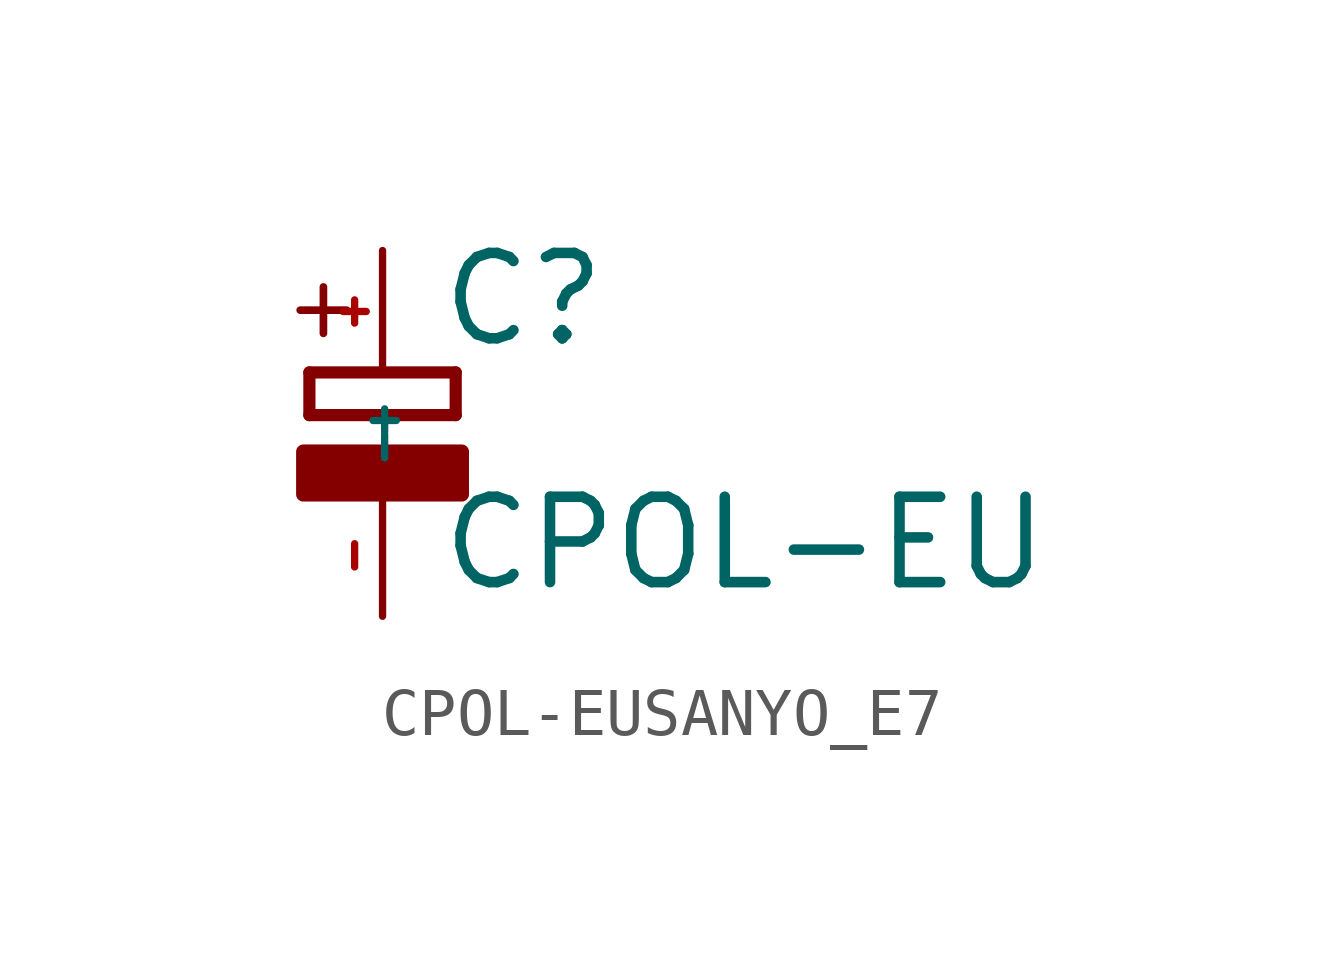
<source format=kicad_sym>
(kicad_symbol_lib
  (version 20220914)
  (generator Eagle2Kicad)
  (symbol "CPOL-EUSANYO_E7"
    (property "Reference" "C"
      (at 1.143 0.483 0)
      (effects (font (size 1.778 1.778) (thickness 0.22)) (justify left bottom)))
    (property "Value" "CPOL-EU"
      (at 1.143 -4.597 0)
      (effects (font (size 1.778 1.778) (thickness 0.22)) (justify left bottom)))
    (polyline
      (pts (xy -1.524 -0.889) (xy 1.524 -0.889))
      (stroke (width 0.254) (type default))
      (fill (type none)))
    (polyline
      (pts (xy 1.524 -0.889) (xy 1.524 0))
      (stroke (width 0.254) (type default))
      (fill (type none)))
    (polyline
      (pts (xy -1.524 0) (xy -1.524 -0.889))
      (stroke (width 0.254) (type default))
      (fill (type none)))
    (polyline
      (pts (xy -1.524 0) (xy 1.524 0))
      (stroke (width 0.254) (type default))
      (fill (type none)))
    (text "+"
      (at -0.584 0.406 900)
      (effects (font (size 1.27 1.27) (thickness 0.16)) (justify left bottom)))
    (rectangle
      (start -1.651 -2.54)
      (end 1.651 -1.651)
      (stroke (width 0.3) (type default))
      (fill (type outline)))
    (pin passive line
      (at 0 -5.08 90)
      (length 2.54)
      (name "-" (effects (font (size 0.635 0.635) (thickness 0.08)) (justify left bottom)))
      (number "-" (effects (font (size 0.635 0.635) (thickness 0.08)) (justify left bottom))))
    (pin passive line
      (at 0 2.54 270)
      (length 2.54)
      (name "+" (effects (font (size 0.635 0.635) (thickness 0.08)) (justify left bottom)))
      (number "+" (effects (font (size 0.635 0.635) (thickness 0.08)) (justify left bottom))))))
</source>
